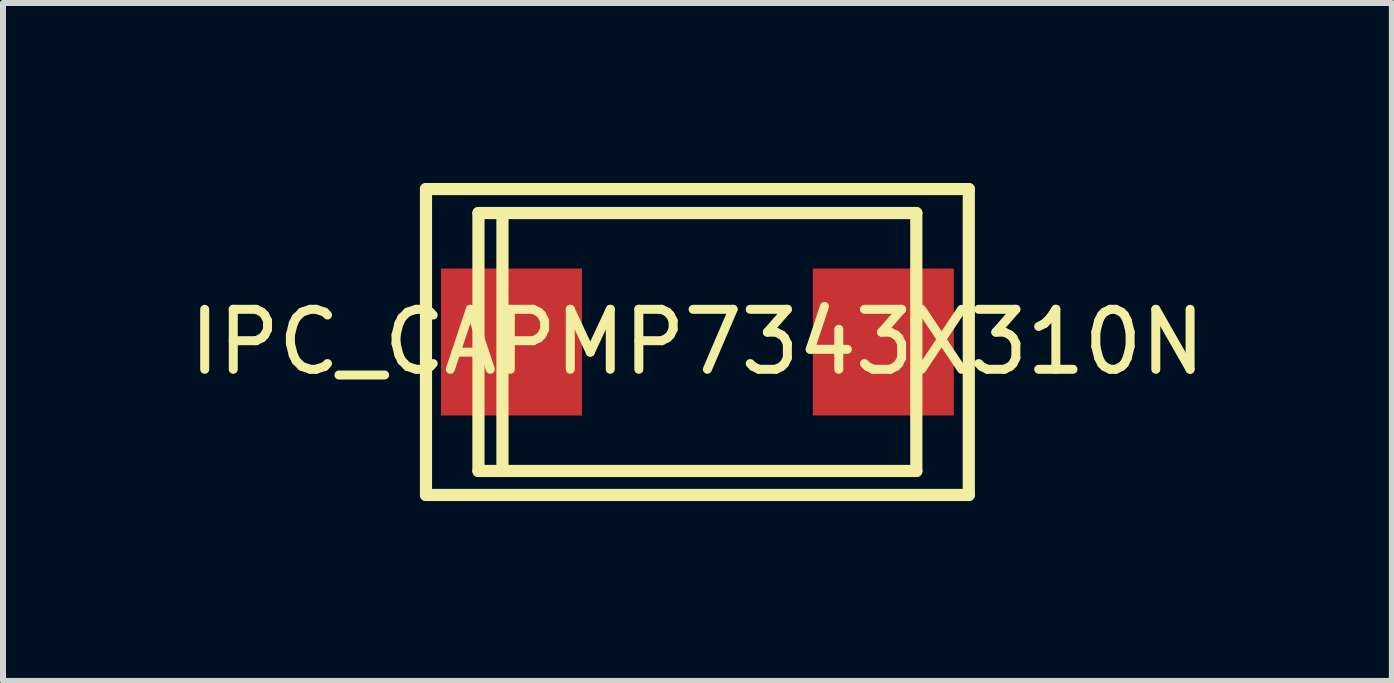
<source format=kicad_pcb>
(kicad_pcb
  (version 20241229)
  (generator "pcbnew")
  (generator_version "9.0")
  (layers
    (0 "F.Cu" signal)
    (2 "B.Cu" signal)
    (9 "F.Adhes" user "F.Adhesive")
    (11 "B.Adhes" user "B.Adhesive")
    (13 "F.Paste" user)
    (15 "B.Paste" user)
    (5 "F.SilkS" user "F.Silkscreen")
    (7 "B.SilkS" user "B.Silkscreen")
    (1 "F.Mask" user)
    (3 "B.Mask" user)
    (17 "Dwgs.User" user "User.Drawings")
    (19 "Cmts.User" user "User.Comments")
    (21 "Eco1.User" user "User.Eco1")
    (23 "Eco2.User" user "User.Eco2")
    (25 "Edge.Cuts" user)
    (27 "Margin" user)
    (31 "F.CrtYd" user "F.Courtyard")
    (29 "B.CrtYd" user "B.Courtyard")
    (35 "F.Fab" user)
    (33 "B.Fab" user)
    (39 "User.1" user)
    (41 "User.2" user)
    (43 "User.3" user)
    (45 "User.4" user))
  (footprint "IPC_CAPMP7343X310N"
    (layer "F.Cu")
    (at 8.577 2.652)
    (property "Reference" "IPC_CAPMP7343X310N" (at 0 0 0) (layer "F.SilkS") (effects (font (size 1 1) (thickness 0.15))))
    (attr through_hole)
    (fp_line (start -4.525 -2.55) (end 4.525 -2.55) (stroke (width 0.203) (type solid)) (layer "F.SilkS"))
    (fp_line (start -4.525 2.55) (end -4.525 -2.55) (stroke (width 0.203) (type solid)) (layer "F.SilkS"))
    (fp_line (start -3.65 -2.15) (end 3.65 -2.15) (stroke (width 0.203) (type solid)) (layer "F.SilkS"))
    (fp_line (start -3.65 2.15) (end -3.65 -2.15) (stroke (width 0.203) (type solid)) (layer "F.SilkS"))
    (fp_line (start -3.25 -2.15) (end -3.25 2.15) (stroke (width 0.203) (type solid)) (layer "F.SilkS"))
    (fp_line (start 3.65 -2.15) (end 3.65 2.15) (stroke (width 0.203) (type solid)) (layer "F.SilkS"))
    (fp_line (start 3.65 2.15) (end -3.65 2.15) (stroke (width 0.203) (type solid)) (layer "F.SilkS"))
    (fp_line (start 4.525 -2.55) (end 4.525 2.55) (stroke (width 0.203) (type solid)) (layer "F.SilkS"))
    (fp_line (start 4.525 2.55) (end -4.525 2.55) (stroke (width 0.203) (type solid)) (layer "F.SilkS"))
    (pad "1" smd rect (at -3.1 0) (size 2.35 2.45) (layers "F.Cu" "F.Mask" "F.Paste"))
    (pad "2" smd rect (at 3.1 0) (size 2.35 2.45) (layers "F.Cu" "F.Mask" "F.Paste")))
  (gr_rect
    (start -3 -3)
    (end 20.155 8.303)
    (stroke (width 0.1) (type default))
    (fill no)
    (layer "Edge.Cuts")))
</source>
